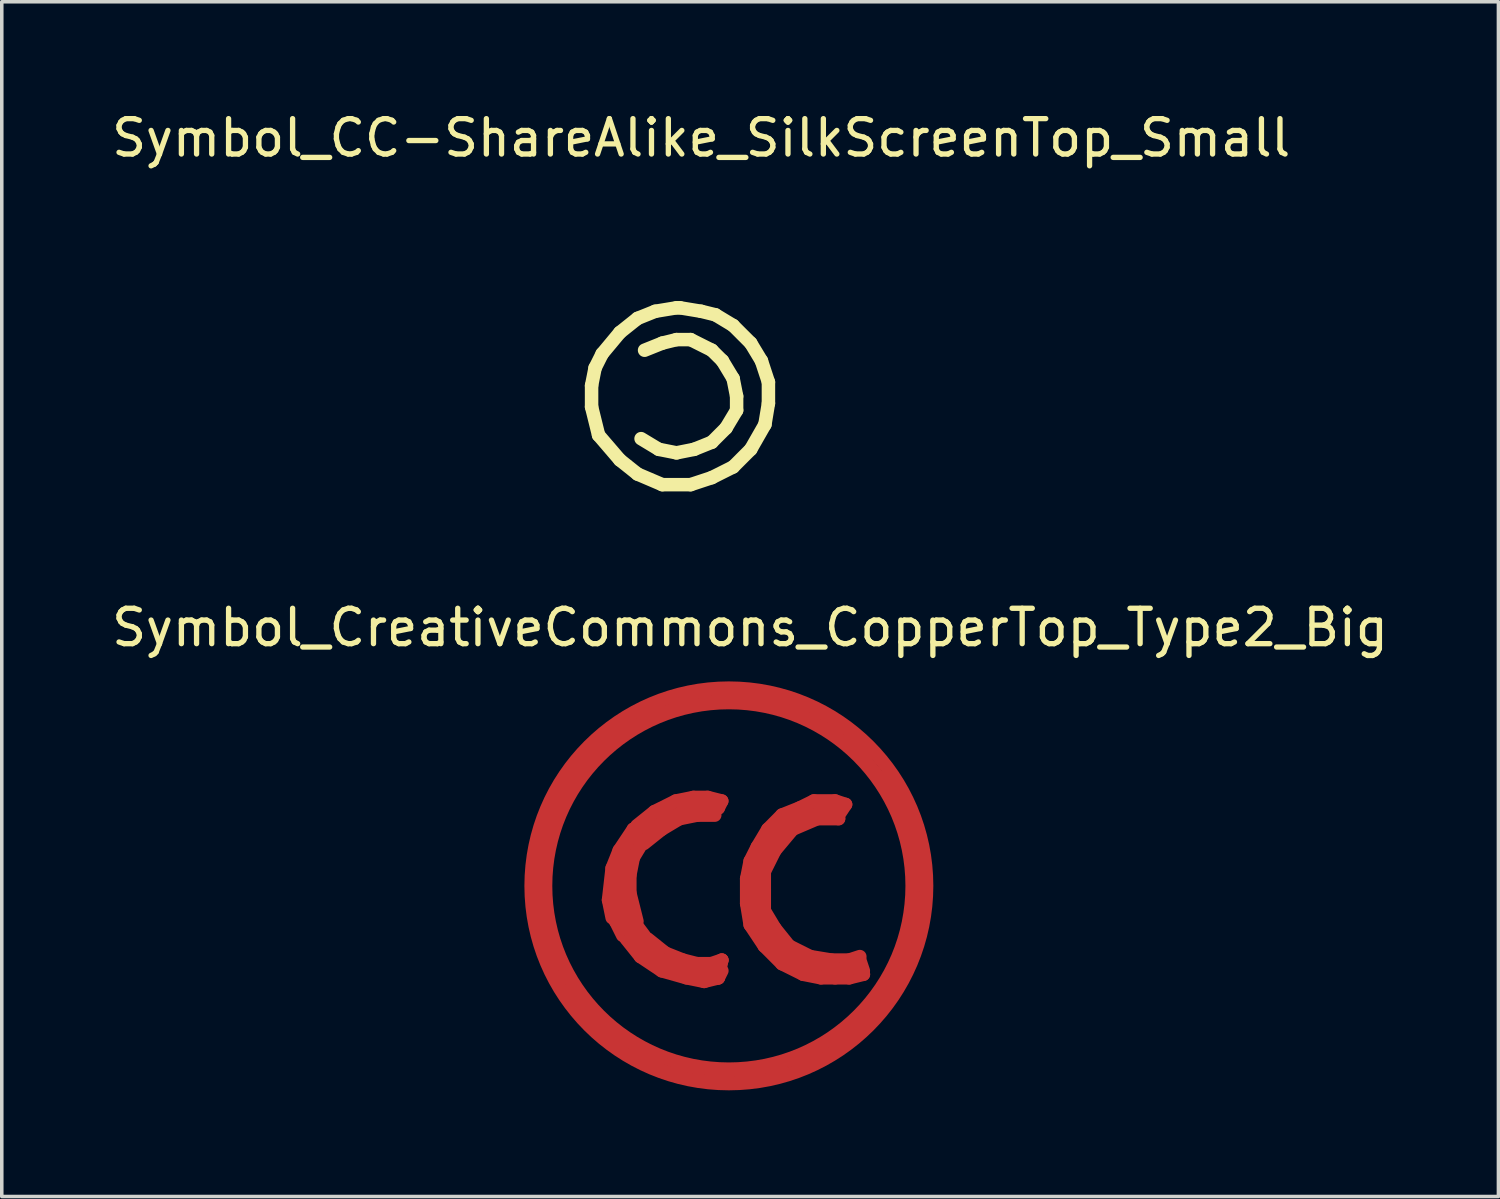
<source format=kicad_pcb>
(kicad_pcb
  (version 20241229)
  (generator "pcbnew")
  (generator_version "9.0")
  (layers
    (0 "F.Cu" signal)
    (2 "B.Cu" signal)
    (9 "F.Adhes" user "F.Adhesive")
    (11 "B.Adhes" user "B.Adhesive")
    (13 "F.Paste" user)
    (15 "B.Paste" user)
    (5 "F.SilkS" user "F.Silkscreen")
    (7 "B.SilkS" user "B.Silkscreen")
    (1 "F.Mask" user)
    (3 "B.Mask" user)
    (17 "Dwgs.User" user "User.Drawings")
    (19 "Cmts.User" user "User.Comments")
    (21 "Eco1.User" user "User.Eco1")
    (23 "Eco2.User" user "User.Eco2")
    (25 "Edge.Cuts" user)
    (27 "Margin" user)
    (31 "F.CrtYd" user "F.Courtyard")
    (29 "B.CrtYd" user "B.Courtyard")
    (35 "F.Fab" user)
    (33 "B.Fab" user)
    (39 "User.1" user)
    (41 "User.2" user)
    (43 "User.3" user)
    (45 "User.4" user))
  (footprint "Symbol_CC-ShareAlike_SilkScreenTop_Small"
    (layer "F.Cu")
    (at 16.168 8.148)
    (property "Reference" "Symbol_CC-ShareAlike_SilkScreenTop_Small" (at 0.599 -7.3 0) (layer "F.SilkS") (effects (font (size 1 1) (thickness 0.15))))
    (attr exclude_from_pos_files exclude_from_bom)
    (fp_line (start -2.499 -0.3) (end -2.499 0.3) (stroke (width 0.381) (type solid)) (layer "F.SilkS"))
    (fp_line (start -2.499 0.3) (end -2.301 1.1) (stroke (width 0.381) (type solid)) (layer "F.SilkS"))
    (fp_line (start -2.4 -0.8) (end -2.499 -0.3) (stroke (width 0.381) (type solid)) (layer "F.SilkS"))
    (fp_line (start -2.301 1.1) (end -1.699 1.801) (stroke (width 0.381) (type solid)) (layer "F.SilkS"))
    (fp_line (start -2.2 -1.199) (end -2.4 -0.8) (stroke (width 0.381) (type solid)) (layer "F.SilkS"))
    (fp_line (start -1.699 -1.801) (end -2.2 -1.199) (stroke (width 0.381) (type solid)) (layer "F.SilkS"))
    (fp_line (start -1.699 1.801) (end -1.199 2.2) (stroke (width 0.381) (type solid)) (layer "F.SilkS"))
    (fp_line (start -1.199 -2.2) (end -1.699 -1.801) (stroke (width 0.381) (type solid)) (layer "F.SilkS"))
    (fp_line (start -1.199 2.2) (end -0.5 2.499) (stroke (width 0.381) (type solid)) (layer "F.SilkS"))
    (fp_line (start -1.1 1.199) (end -0.599 1.501) (stroke (width 0.381) (type solid)) (layer "F.SilkS"))
    (fp_line (start -0.701 -2.4) (end -1.199 -2.2) (stroke (width 0.381) (type solid)) (layer "F.SilkS"))
    (fp_line (start -0.599 1.501) (end -0.099 1.6) (stroke (width 0.381) (type solid)) (layer "F.SilkS"))
    (fp_line (start -0.5 -1.501) (end -1.001 -1.3) (stroke (width 0.381) (type solid)) (layer "F.SilkS"))
    (fp_line (start -0.5 2.499) (end 0.3 2.499) (stroke (width 0.381) (type solid)) (layer "F.SilkS"))
    (fp_line (start -0.099 -2.499) (end -0.701 -2.4) (stroke (width 0.381) (type solid)) (layer "F.SilkS"))
    (fp_line (start -0.099 -1.6) (end -0.5 -1.501) (stroke (width 0.381) (type solid)) (layer "F.SilkS"))
    (fp_line (start -0.099 1.6) (end 0.399 1.501) (stroke (width 0.381) (type solid)) (layer "F.SilkS"))
    (fp_line (start 0 -2.499) (end -0.099 -2.499) (stroke (width 0.381) (type solid)) (layer "F.SilkS"))
    (fp_line (start 0.3 -1.6) (end -0.099 -1.6) (stroke (width 0.381) (type solid)) (layer "F.SilkS"))
    (fp_line (start 0.3 2.499) (end 0.899 2.301) (stroke (width 0.381) (type solid)) (layer "F.SilkS"))
    (fp_line (start 0.399 1.501) (end 0.899 1.3) (stroke (width 0.381) (type solid)) (layer "F.SilkS"))
    (fp_line (start 0.599 -2.4) (end 0 -2.499) (stroke (width 0.381) (type solid)) (layer "F.SilkS"))
    (fp_line (start 0.899 -1.3) (end 0.3 -1.6) (stroke (width 0.381) (type solid)) (layer "F.SilkS"))
    (fp_line (start 0.899 1.3) (end 1.3 0.899) (stroke (width 0.381) (type solid)) (layer "F.SilkS"))
    (fp_line (start 0.899 2.301) (end 1.501 1.999) (stroke (width 0.381) (type solid)) (layer "F.SilkS"))
    (fp_line (start 1.001 -2.301) (end 0.599 -2.4) (stroke (width 0.381) (type solid)) (layer "F.SilkS"))
    (fp_line (start 1.199 -1.001) (end 0.899 -1.3) (stroke (width 0.381) (type solid)) (layer "F.SilkS"))
    (fp_line (start 1.3 0.899) (end 1.6 0.399) (stroke (width 0.381) (type solid)) (layer "F.SilkS"))
    (fp_line (start 1.501 -1.999) (end 1.001 -2.301) (stroke (width 0.381) (type solid)) (layer "F.SilkS"))
    (fp_line (start 1.501 -0.5) (end 1.199 -1.001) (stroke (width 0.381) (type solid)) (layer "F.SilkS"))
    (fp_line (start 1.501 1.999) (end 1.999 1.501) (stroke (width 0.381) (type solid)) (layer "F.SilkS"))
    (fp_line (start 1.6 0) (end 1.501 -0.5) (stroke (width 0.381) (type solid)) (layer "F.SilkS"))
    (fp_line (start 1.6 0.399) (end 1.6 0) (stroke (width 0.381) (type solid)) (layer "F.SilkS"))
    (fp_line (start 1.999 -1.501) (end 1.501 -1.999) (stroke (width 0.381) (type solid)) (layer "F.SilkS"))
    (fp_line (start 1.999 1.501) (end 2.4 0.8) (stroke (width 0.381) (type solid)) (layer "F.SilkS"))
    (fp_line (start 2.301 -1.001) (end 1.999 -1.501) (stroke (width 0.381) (type solid)) (layer "F.SilkS"))
    (fp_line (start 2.4 0.8) (end 2.499 0.201) (stroke (width 0.381) (type solid)) (layer "F.SilkS"))
    (fp_line (start 2.499 -0.399) (end 2.301 -1.001) (stroke (width 0.381) (type solid)) (layer "F.SilkS"))
    (fp_line (start 2.499 0.201) (end 2.499 -0.399) (stroke (width 0.381) (type solid)) (layer "F.SilkS")))
  (footprint "Symbol_CreativeCommons_CopperTop_Type2_Big"
    (layer "F.Cu")
    (at 17.549 21.986)
    (property "Reference" "Symbol_CreativeCommons_CopperTop_Type2_Big" (at 0.599 -7.3 0) (layer "F.SilkS") (effects (font (size 1 1) (thickness 0.15))))
    (attr exclude_from_pos_files exclude_from_bom)
    (fp_line (start -5.4 0.099) (end -5.199 1.3) (stroke (width 0.381) (type solid)) (layer "F.Cu"))
    (fp_line (start -5.301 -1.1) (end -5.4 0.099) (stroke (width 0.381) (type solid)) (layer "F.Cu"))
    (fp_line (start -5.199 1.3) (end -4.801 2.4) (stroke (width 0.381) (type solid)) (layer "F.Cu"))
    (fp_line (start -5.001 -2.101) (end -5.301 -1.1) (stroke (width 0.381) (type solid)) (layer "F.Cu"))
    (fp_line (start -4.801 2.4) (end -3.8 3.899) (stroke (width 0.381) (type solid)) (layer "F.Cu"))
    (fp_line (start -4.501 -3) (end -5.001 -2.101) (stroke (width 0.381) (type solid)) (layer "F.Cu"))
    (fp_line (start -4 -3.599) (end -4.501 -3) (stroke (width 0.381) (type solid)) (layer "F.Cu"))
    (fp_line (start -3.8 3.899) (end -2.601 4.801) (stroke (width 0.381) (type solid)) (layer "F.Cu"))
    (fp_line (start -3.401 0.399) (end -3.299 0.899) (stroke (width 0.381) (type solid)) (layer "F.Cu"))
    (fp_line (start -3.299 -4.201) (end -4 -3.599) (stroke (width 0.381) (type solid)) (layer "F.Cu"))
    (fp_line (start -3.299 -0.5) (end -3.401 0.399) (stroke (width 0.381) (type solid)) (layer "F.Cu"))
    (fp_line (start -3.299 -0.3) (end -3.299 0.401) (stroke (width 0.381) (type solid)) (layer "F.Cu"))
    (fp_line (start -3.299 0.401) (end -3.2 1.001) (stroke (width 0.381) (type solid)) (layer "F.Cu"))
    (fp_line (start -3.299 0.8) (end -3 1.4) (stroke (width 0.381) (type solid)) (layer "F.Cu"))
    (fp_line (start -3.099 -1.001) (end -3.299 -0.5) (stroke (width 0.381) (type solid)) (layer "F.Cu"))
    (fp_line (start -3.099 -0.899) (end -3.299 -0.3) (stroke (width 0.381) (type solid)) (layer "F.Cu"))
    (fp_line (start -3.099 0) (end -3 -0.599) (stroke (width 0.381) (type solid)) (layer "F.Cu"))
    (fp_line (start -3 -0.8) (end -2.7 -1.3) (stroke (width 0.381) (type solid)) (layer "F.Cu"))
    (fp_line (start -3 0.701) (end -3.099 0) (stroke (width 0.381) (type solid)) (layer "F.Cu"))
    (fp_line (start -2.997 1.199) (end -2.598 1.199) (stroke (width 0.381) (type solid)) (layer "F.Cu"))
    (fp_line (start -2.898 1.499) (end -2.497 1.999) (stroke (width 0.381) (type solid)) (layer "F.Cu"))
    (fp_line (start -2.799 -0.3) (end -2.799 0.201) (stroke (width 0.381) (type solid)) (layer "F.Cu"))
    (fp_line (start -2.799 0.201) (end -2.598 1.001) (stroke (width 0.381) (type solid)) (layer "F.Cu"))
    (fp_line (start -2.799 1.4) (end -3 0.701) (stroke (width 0.381) (type solid)) (layer "F.Cu"))
    (fp_line (start -2.7 -4.699) (end -3.299 -4.201) (stroke (width 0.381) (type solid)) (layer "F.Cu"))
    (fp_line (start -2.7 -1.6) (end -3.099 -1.001) (stroke (width 0.381) (type solid)) (layer "F.Cu"))
    (fp_line (start -2.7 -1.1) (end -2.2 -1.6) (stroke (width 0.381) (type solid)) (layer "F.Cu"))
    (fp_line (start -2.7 -0.8) (end -2.799 -0.3) (stroke (width 0.381) (type solid)) (layer "F.Cu"))
    (fp_line (start -2.697 1.001) (end -2.398 1.4) (stroke (width 0.381) (type solid)) (layer "F.Cu"))
    (fp_line (start -2.601 4.801) (end -1.3 5.301) (stroke (width 0.381) (type solid)) (layer "F.Cu"))
    (fp_line (start -2.598 -1.6) (end -3.099 -0.899) (stroke (width 0.381) (type solid)) (layer "F.Cu"))
    (fp_line (start -2.499 -1.699) (end -2.7 -1.6) (stroke (width 0.381) (type solid)) (layer "F.Cu"))
    (fp_line (start -2.497 1.999) (end -1.897 2.4) (stroke (width 0.381) (type solid)) (layer "F.Cu"))
    (fp_line (start -2.4 -1.3) (end -2.7 -0.8) (stroke (width 0.381) (type solid)) (layer "F.Cu"))
    (fp_line (start -2.296 1.499) (end -1.796 1.9) (stroke (width 0.381) (type solid)) (layer "F.Cu"))
    (fp_line (start -2.296 1.798) (end -2.797 1.298) (stroke (width 0.381) (type solid)) (layer "F.Cu"))
    (fp_line (start -2.2 -1.699) (end -1.699 -1.999) (stroke (width 0.381) (type solid)) (layer "F.Cu"))
    (fp_line (start -2.101 -2.098) (end -2.598 -1.699) (stroke (width 0.381) (type solid)) (layer "F.Cu"))
    (fp_line (start -1.999 -4.9) (end -2.7 -4.699) (stroke (width 0.381) (type solid)) (layer "F.Cu"))
    (fp_line (start -1.9 -1.598) (end -2.4 -1.199) (stroke (width 0.381) (type solid)) (layer "F.Cu"))
    (fp_line (start -1.897 2.4) (end -1.196 2.598) (stroke (width 0.381) (type solid)) (layer "F.Cu"))
    (fp_line (start -1.796 1.9) (end -1.298 2.098) (stroke (width 0.381) (type solid)) (layer "F.Cu"))
    (fp_line (start -1.699 -1.999) (end -1.199 -2.2) (stroke (width 0.381) (type solid)) (layer "F.Cu"))
    (fp_line (start -1.598 2.299) (end -2.296 1.798) (stroke (width 0.381) (type solid)) (layer "F.Cu"))
    (fp_line (start -1.499 -2.398) (end -2.101 -2.098) (stroke (width 0.381) (type solid)) (layer "F.Cu"))
    (fp_line (start -1.4 -1.897) (end -1.9 -1.598) (stroke (width 0.381) (type solid)) (layer "F.Cu"))
    (fp_line (start -1.3 -5.1) (end -1.999 -4.9) (stroke (width 0.381) (type solid)) (layer "F.Cu"))
    (fp_line (start -1.3 5.301) (end 0.099 5.301) (stroke (width 0.381) (type solid)) (layer "F.Cu"))
    (fp_line (start -1.298 2.098) (end -0.897 2.2) (stroke (width 0.381) (type solid)) (layer "F.Cu"))
    (fp_line (start -1.199 -2.2) (end -0.699 -2.2) (stroke (width 0.381) (type solid)) (layer "F.Cu"))
    (fp_line (start -1.196 2.598) (end -0.696 2.7) (stroke (width 0.381) (type solid)) (layer "F.Cu"))
    (fp_line (start -1.001 -2.499) (end -1.499 -2.398) (stroke (width 0.381) (type solid)) (layer "F.Cu"))
    (fp_line (start -0.899 -1.999) (end -1.4 -1.897) (stroke (width 0.381) (type solid)) (layer "F.Cu"))
    (fp_line (start -0.897 2.2) (end -0.498 2.2) (stroke (width 0.381) (type solid)) (layer "F.Cu"))
    (fp_line (start -0.897 2.499) (end -1.598 2.299) (stroke (width 0.381) (type solid)) (layer "F.Cu"))
    (fp_line (start -0.701 2.7) (end -0.3 2.601) (stroke (width 0.381) (type solid)) (layer "F.Cu"))
    (fp_line (start -0.699 -2.2) (end -0.3 -2.2) (stroke (width 0.381) (type solid)) (layer "F.Cu"))
    (fp_line (start -0.599 -2.499) (end -1.001 -2.499) (stroke (width 0.381) (type solid)) (layer "F.Cu"))
    (fp_line (start -0.5 -5.4) (end -1.3 -5.1) (stroke (width 0.381) (type solid)) (layer "F.Cu"))
    (fp_line (start -0.498 2.2) (end -0.198 2.098) (stroke (width 0.381) (type solid)) (layer "F.Cu"))
    (fp_line (start -0.399 -1.999) (end -0.899 -1.999) (stroke (width 0.381) (type solid)) (layer "F.Cu"))
    (fp_line (start -0.3 -2.2) (end -0.201 -2.398) (stroke (width 0.381) (type solid)) (layer "F.Cu"))
    (fp_line (start -0.3 2.601) (end -0.201 2.101) (stroke (width 0.381) (type solid)) (layer "F.Cu"))
    (fp_line (start -0.297 2.4) (end -0.897 2.499) (stroke (width 0.381) (type solid)) (layer "F.Cu"))
    (fp_line (start -0.201 -2.398) (end -0.599 -2.499) (stroke (width 0.381) (type solid)) (layer "F.Cu"))
    (fp_line (start -0.198 2.098) (end -0.297 2.4) (stroke (width 0.381) (type solid)) (layer "F.Cu"))
    (fp_line (start -0.198 2.4) (end -0.297 2.598) (stroke (width 0.381) (type solid)) (layer "F.Cu"))
    (fp_line (start 0 -5.4) (end -0.5 -5.4) (stroke (width 0.381) (type solid)) (layer "F.Cu"))
    (fp_line (start 0.099 5.301) (end 1.6 5.199) (stroke (width 0.381) (type solid)) (layer "F.Cu"))
    (fp_line (start 0.503 -0.201) (end 0.503 0.498) (stroke (width 0.381) (type solid)) (layer "F.Cu"))
    (fp_line (start 0.503 0.498) (end 0.602 1.1) (stroke (width 0.381) (type solid)) (layer "F.Cu"))
    (fp_line (start 0.602 -0.701) (end 0.503 -0.201) (stroke (width 0.381) (type solid)) (layer "F.Cu"))
    (fp_line (start 0.602 1.1) (end 1.001 1.699) (stroke (width 0.381) (type solid)) (layer "F.Cu"))
    (fp_line (start 0.701 -0.3) (end 1.001 -1.001) (stroke (width 0.381) (type solid)) (layer "F.Cu"))
    (fp_line (start 0.803 -1.1) (end 0.602 -0.701) (stroke (width 0.381) (type solid)) (layer "F.Cu"))
    (fp_line (start 0.803 0.699) (end 0.701 -0.3) (stroke (width 0.381) (type solid)) (layer "F.Cu"))
    (fp_line (start 1.001 -1.001) (end 1.603 -1.702) (stroke (width 0.381) (type solid)) (layer "F.Cu"))
    (fp_line (start 1.001 -0.401) (end 1.001 0.099) (stroke (width 0.381) (type solid)) (layer "F.Cu"))
    (fp_line (start 1.001 0.099) (end 1.001 0.699) (stroke (width 0.381) (type solid)) (layer "F.Cu"))
    (fp_line (start 1.001 0.699) (end 1.3 1.199) (stroke (width 0.381) (type solid)) (layer "F.Cu"))
    (fp_line (start 1.001 1.699) (end 1.501 2.2) (stroke (width 0.381) (type solid)) (layer "F.Cu"))
    (fp_line (start 1.102 -1.6) (end 0.803 -1.1) (stroke (width 0.381) (type solid)) (layer "F.Cu"))
    (fp_line (start 1.201 1.6) (end 0.803 0.699) (stroke (width 0.381) (type solid)) (layer "F.Cu"))
    (fp_line (start 1.3 -1.001) (end 1.001 -0.401) (stroke (width 0.381) (type solid)) (layer "F.Cu"))
    (fp_line (start 1.3 1.199) (end 1.702 1.699) (stroke (width 0.381) (type solid)) (layer "F.Cu"))
    (fp_line (start 1.4 -5.199) (end 0 -5.301) (stroke (width 0.381) (type solid)) (layer "F.Cu"))
    (fp_line (start 1.501 -2.002) (end 1.102 -1.6) (stroke (width 0.381) (type solid)) (layer "F.Cu"))
    (fp_line (start 1.501 2.2) (end 2.101 2.499) (stroke (width 0.381) (type solid)) (layer "F.Cu"))
    (fp_line (start 1.6 5.199) (end 2.601 4.699) (stroke (width 0.381) (type solid)) (layer "F.Cu"))
    (fp_line (start 1.603 -1.702) (end 2.301 -2.101) (stroke (width 0.381) (type solid)) (layer "F.Cu"))
    (fp_line (start 1.702 1.699) (end 2.301 1.999) (stroke (width 0.381) (type solid)) (layer "F.Cu"))
    (fp_line (start 1.801 -1.6) (end 1.3 -1.001) (stroke (width 0.381) (type solid)) (layer "F.Cu"))
    (fp_line (start 1.801 2.098) (end 1.201 1.6) (stroke (width 0.381) (type solid)) (layer "F.Cu"))
    (fp_line (start 2.002 -2.202) (end 1.501 -2.002) (stroke (width 0.381) (type solid)) (layer "F.Cu"))
    (fp_line (start 2.101 2.499) (end 2.601 2.598) (stroke (width 0.381) (type solid)) (layer "F.Cu"))
    (fp_line (start 2.301 -2.101) (end 3.002 -2.101) (stroke (width 0.381) (type solid)) (layer "F.Cu"))
    (fp_line (start 2.301 1.999) (end 2.901 2.098) (stroke (width 0.381) (type solid)) (layer "F.Cu"))
    (fp_line (start 2.4 -4.801) (end 1.4 -5.199) (stroke (width 0.381) (type solid)) (layer "F.Cu"))
    (fp_line (start 2.403 -2.4) (end 2.002 -2.202) (stroke (width 0.381) (type solid)) (layer "F.Cu"))
    (fp_line (start 2.502 -1.9) (end 1.801 -1.6) (stroke (width 0.381) (type solid)) (layer "F.Cu"))
    (fp_line (start 2.601 2.598) (end 3.002 2.598) (stroke (width 0.381) (type solid)) (layer "F.Cu"))
    (fp_line (start 2.601 4.699) (end 4.201 3.401) (stroke (width 0.381) (type solid)) (layer "F.Cu"))
    (fp_line (start 2.802 2.4) (end 1.801 2.098) (stroke (width 0.381) (type solid)) (layer "F.Cu"))
    (fp_line (start 2.901 2.098) (end 3.401 2.098) (stroke (width 0.381) (type solid)) (layer "F.Cu"))
    (fp_line (start 3 -2.4) (end 3.299 -2.301) (stroke (width 0.381) (type solid)) (layer "F.Cu"))
    (fp_line (start 3.002 -2.4) (end 2.403 -2.4) (stroke (width 0.381) (type solid)) (layer "F.Cu"))
    (fp_line (start 3.002 -2.101) (end 3.101 -1.9) (stroke (width 0.381) (type solid)) (layer "F.Cu"))
    (fp_line (start 3.002 2.598) (end 3.401 2.598) (stroke (width 0.381) (type solid)) (layer "F.Cu"))
    (fp_line (start 3.101 -1.9) (end 2.502 -1.9) (stroke (width 0.381) (type solid)) (layer "F.Cu"))
    (fp_line (start 3.299 -2.301) (end 3.099 -1.999) (stroke (width 0.381) (type solid)) (layer "F.Cu"))
    (fp_line (start 3.401 -4.1) (end 2.4 -4.801) (stroke (width 0.381) (type solid)) (layer "F.Cu"))
    (fp_line (start 3.401 2.098) (end 3.701 1.999) (stroke (width 0.381) (type solid)) (layer "F.Cu"))
    (fp_line (start 3.401 2.598) (end 3.802 2.499) (stroke (width 0.381) (type solid)) (layer "F.Cu"))
    (fp_line (start 3.701 2.101) (end 3.8 2.4) (stroke (width 0.381) (type solid)) (layer "F.Cu"))
    (fp_line (start 3.701 2.299) (end 2.802 2.4) (stroke (width 0.381) (type solid)) (layer "F.Cu"))
    (fp_line (start 3.802 2.499) (end 3.701 2.299) (stroke (width 0.381) (type solid)) (layer "F.Cu"))
    (fp_line (start 4.201 3.401) (end 5.001 1.801) (stroke (width 0.381) (type solid)) (layer "F.Cu"))
    (fp_line (start 4.699 -2.499) (end 3.401 -4.1) (stroke (width 0.381) (type solid)) (layer "F.Cu"))
    (fp_line (start 5.001 1.801) (end 5.4 0.3) (stroke (width 0.381) (type solid)) (layer "F.Cu"))
    (fp_line (start 5.199 -1.4) (end 4.699 -2.499) (stroke (width 0.381) (type solid)) (layer "F.Cu"))
    (fp_line (start 5.4 0.3) (end 5.199 -1.4) (stroke (width 0.381) (type solid)) (layer "F.Cu"))
    (fp_circle (center 0 0) (end 5.08 1.016) (stroke (width 0.381) (type solid)) (fill no) (layer "F.Cu"))
    (fp_circle (center 0 0) (end 5.588 0) (stroke (width 0.381) (type solid)) (fill no) (layer "F.Cu")))
  (gr_rect
    (start -3 -3)
    (end 39.298 30.765)
    (stroke (width 0.1) (type default))
    (fill no)
    (layer "Edge.Cuts")))
</source>
